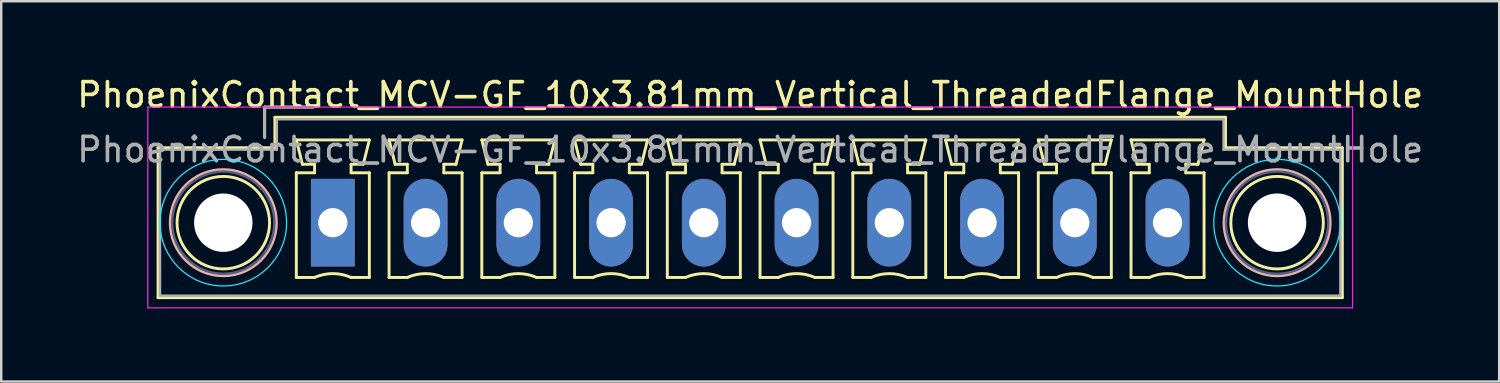
<source format=kicad_pcb>
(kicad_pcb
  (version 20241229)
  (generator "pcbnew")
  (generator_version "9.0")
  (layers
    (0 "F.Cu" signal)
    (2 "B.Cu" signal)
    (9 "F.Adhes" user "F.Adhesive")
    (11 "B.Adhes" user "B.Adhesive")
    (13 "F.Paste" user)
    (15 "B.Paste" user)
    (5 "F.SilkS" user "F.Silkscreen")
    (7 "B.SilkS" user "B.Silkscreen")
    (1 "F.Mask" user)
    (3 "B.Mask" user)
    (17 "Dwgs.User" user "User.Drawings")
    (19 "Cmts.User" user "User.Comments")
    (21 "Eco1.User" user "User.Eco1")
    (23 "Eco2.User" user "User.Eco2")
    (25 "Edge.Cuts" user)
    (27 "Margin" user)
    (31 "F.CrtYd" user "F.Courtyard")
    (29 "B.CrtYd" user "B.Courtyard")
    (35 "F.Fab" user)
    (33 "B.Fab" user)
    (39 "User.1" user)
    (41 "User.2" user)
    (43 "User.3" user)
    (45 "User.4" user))
  (footprint "PhoenixContact_MCV-GF_10x3.81mm_Vertical_ThreadedFlange_MountHole"
    (layer "F.Cu")
    (at 10.623 6.098)
    (property "Reference" "PhoenixContact_MCV-GF_10x3.81mm_Vertical_ThreadedFlange_MountHole" (at 17.145 -5.25 0) (layer "F.SilkS") (effects (font (size 1 1) (thickness 0.15))))
    (attr through_hole)
    (fp_line (start -7.18 -3.08) (end -7.18 3.08) (stroke (width 0.12) (type solid)) (layer "F.SilkS"))
    (fp_line (start -7.18 3.08) (end 41.47 3.08) (stroke (width 0.12) (type solid)) (layer "F.SilkS"))
    (fp_line (start -2.8 -4.75) (end -0.8 -4.75) (stroke (width 0.12) (type solid)) (layer "F.SilkS"))
    (fp_line (start -2.8 -3.5) (end -2.8 -4.75) (stroke (width 0.12) (type solid)) (layer "F.SilkS"))
    (fp_line (start -2.38 -4.33) (end -2.38 -3.08) (stroke (width 0.12) (type solid)) (layer "F.SilkS"))
    (fp_line (start -2.38 -3.08) (end -7.18 -3.08) (stroke (width 0.12) (type solid)) (layer "F.SilkS"))
    (fp_line (start -1.5 -3.4) (end 1.5 -3.4) (stroke (width 0.12) (type solid)) (layer "F.SilkS"))
    (fp_line (start -1.5 -2.05) (end -0.75 -2.05) (stroke (width 0.12) (type solid)) (layer "F.SilkS"))
    (fp_line (start -1.5 2.25) (end -1.5 -2.05) (stroke (width 0.12) (type solid)) (layer "F.SilkS"))
    (fp_line (start -1.25 -2.4) (end -1.5 -3.4) (stroke (width 0.12) (type solid)) (layer "F.SilkS"))
    (fp_line (start -0.75 -2.4) (end -1.25 -2.4) (stroke (width 0.12) (type solid)) (layer "F.SilkS"))
    (fp_line (start -0.75 -2.05) (end -0.75 -2.4) (stroke (width 0.12) (type solid)) (layer "F.SilkS"))
    (fp_line (start -0.75 2.25) (end -1.5 2.25) (stroke (width 0.12) (type solid)) (layer "F.SilkS"))
    (fp_line (start 0.75 -2.4) (end 0.75 -2.05) (stroke (width 0.12) (type solid)) (layer "F.SilkS"))
    (fp_line (start 0.75 -2.05) (end 1.5 -2.05) (stroke (width 0.12) (type solid)) (layer "F.SilkS"))
    (fp_line (start 1.25 -2.4) (end 0.75 -2.4) (stroke (width 0.12) (type solid)) (layer "F.SilkS"))
    (fp_line (start 1.5 -3.4) (end 1.25 -2.4) (stroke (width 0.12) (type solid)) (layer "F.SilkS"))
    (fp_line (start 1.5 -2.05) (end 1.5 2.25) (stroke (width 0.12) (type solid)) (layer "F.SilkS"))
    (fp_line (start 1.5 2.25) (end 0.75 2.25) (stroke (width 0.12) (type solid)) (layer "F.SilkS"))
    (fp_line (start 2.31 -3.4) (end 5.31 -3.4) (stroke (width 0.12) (type solid)) (layer "F.SilkS"))
    (fp_line (start 2.31 -2.05) (end 3.06 -2.05) (stroke (width 0.12) (type solid)) (layer "F.SilkS"))
    (fp_line (start 2.31 2.25) (end 2.31 -2.05) (stroke (width 0.12) (type solid)) (layer "F.SilkS"))
    (fp_line (start 2.56 -2.4) (end 2.31 -3.4) (stroke (width 0.12) (type solid)) (layer "F.SilkS"))
    (fp_line (start 3.06 -2.4) (end 2.56 -2.4) (stroke (width 0.12) (type solid)) (layer "F.SilkS"))
    (fp_line (start 3.06 -2.05) (end 3.06 -2.4) (stroke (width 0.12) (type solid)) (layer "F.SilkS"))
    (fp_line (start 3.06 2.25) (end 2.31 2.25) (stroke (width 0.12) (type solid)) (layer "F.SilkS"))
    (fp_line (start 4.56 -2.4) (end 4.56 -2.05) (stroke (width 0.12) (type solid)) (layer "F.SilkS"))
    (fp_line (start 4.56 -2.05) (end 5.31 -2.05) (stroke (width 0.12) (type solid)) (layer "F.SilkS"))
    (fp_line (start 5.06 -2.4) (end 4.56 -2.4) (stroke (width 0.12) (type solid)) (layer "F.SilkS"))
    (fp_line (start 5.31 -3.4) (end 5.06 -2.4) (stroke (width 0.12) (type solid)) (layer "F.SilkS"))
    (fp_line (start 5.31 -2.05) (end 5.31 2.25) (stroke (width 0.12) (type solid)) (layer "F.SilkS"))
    (fp_line (start 5.31 2.25) (end 4.56 2.25) (stroke (width 0.12) (type solid)) (layer "F.SilkS"))
    (fp_line (start 6.12 -3.4) (end 9.12 -3.4) (stroke (width 0.12) (type solid)) (layer "F.SilkS"))
    (fp_line (start 6.12 -2.05) (end 6.87 -2.05) (stroke (width 0.12) (type solid)) (layer "F.SilkS"))
    (fp_line (start 6.12 2.25) (end 6.12 -2.05) (stroke (width 0.12) (type solid)) (layer "F.SilkS"))
    (fp_line (start 6.37 -2.4) (end 6.12 -3.4) (stroke (width 0.12) (type solid)) (layer "F.SilkS"))
    (fp_line (start 6.87 -2.4) (end 6.37 -2.4) (stroke (width 0.12) (type solid)) (layer "F.SilkS"))
    (fp_line (start 6.87 -2.05) (end 6.87 -2.4) (stroke (width 0.12) (type solid)) (layer "F.SilkS"))
    (fp_line (start 6.87 2.25) (end 6.12 2.25) (stroke (width 0.12) (type solid)) (layer "F.SilkS"))
    (fp_line (start 8.37 -2.4) (end 8.37 -2.05) (stroke (width 0.12) (type solid)) (layer "F.SilkS"))
    (fp_line (start 8.37 -2.05) (end 9.12 -2.05) (stroke (width 0.12) (type solid)) (layer "F.SilkS"))
    (fp_line (start 8.87 -2.4) (end 8.37 -2.4) (stroke (width 0.12) (type solid)) (layer "F.SilkS"))
    (fp_line (start 9.12 -3.4) (end 8.87 -2.4) (stroke (width 0.12) (type solid)) (layer "F.SilkS"))
    (fp_line (start 9.12 -2.05) (end 9.12 2.25) (stroke (width 0.12) (type solid)) (layer "F.SilkS"))
    (fp_line (start 9.12 2.25) (end 8.37 2.25) (stroke (width 0.12) (type solid)) (layer "F.SilkS"))
    (fp_line (start 9.93 -3.4) (end 12.93 -3.4) (stroke (width 0.12) (type solid)) (layer "F.SilkS"))
    (fp_line (start 9.93 -2.05) (end 10.68 -2.05) (stroke (width 0.12) (type solid)) (layer "F.SilkS"))
    (fp_line (start 9.93 2.25) (end 9.93 -2.05) (stroke (width 0.12) (type solid)) (layer "F.SilkS"))
    (fp_line (start 10.18 -2.4) (end 9.93 -3.4) (stroke (width 0.12) (type solid)) (layer "F.SilkS"))
    (fp_line (start 10.68 -2.4) (end 10.18 -2.4) (stroke (width 0.12) (type solid)) (layer "F.SilkS"))
    (fp_line (start 10.68 -2.05) (end 10.68 -2.4) (stroke (width 0.12) (type solid)) (layer "F.SilkS"))
    (fp_line (start 10.68 2.25) (end 9.93 2.25) (stroke (width 0.12) (type solid)) (layer "F.SilkS"))
    (fp_line (start 12.18 -2.4) (end 12.18 -2.05) (stroke (width 0.12) (type solid)) (layer "F.SilkS"))
    (fp_line (start 12.18 -2.05) (end 12.93 -2.05) (stroke (width 0.12) (type solid)) (layer "F.SilkS"))
    (fp_line (start 12.68 -2.4) (end 12.18 -2.4) (stroke (width 0.12) (type solid)) (layer "F.SilkS"))
    (fp_line (start 12.93 -3.4) (end 12.68 -2.4) (stroke (width 0.12) (type solid)) (layer "F.SilkS"))
    (fp_line (start 12.93 -2.05) (end 12.93 2.25) (stroke (width 0.12) (type solid)) (layer "F.SilkS"))
    (fp_line (start 12.93 2.25) (end 12.18 2.25) (stroke (width 0.12) (type solid)) (layer "F.SilkS"))
    (fp_line (start 13.74 -3.4) (end 16.74 -3.4) (stroke (width 0.12) (type solid)) (layer "F.SilkS"))
    (fp_line (start 13.74 -2.05) (end 14.49 -2.05) (stroke (width 0.12) (type solid)) (layer "F.SilkS"))
    (fp_line (start 13.74 2.25) (end 13.74 -2.05) (stroke (width 0.12) (type solid)) (layer "F.SilkS"))
    (fp_line (start 13.99 -2.4) (end 13.74 -3.4) (stroke (width 0.12) (type solid)) (layer "F.SilkS"))
    (fp_line (start 14.49 -2.4) (end 13.99 -2.4) (stroke (width 0.12) (type solid)) (layer "F.SilkS"))
    (fp_line (start 14.49 -2.05) (end 14.49 -2.4) (stroke (width 0.12) (type solid)) (layer "F.SilkS"))
    (fp_line (start 14.49 2.25) (end 13.74 2.25) (stroke (width 0.12) (type solid)) (layer "F.SilkS"))
    (fp_line (start 15.99 -2.4) (end 15.99 -2.05) (stroke (width 0.12) (type solid)) (layer "F.SilkS"))
    (fp_line (start 15.99 -2.05) (end 16.74 -2.05) (stroke (width 0.12) (type solid)) (layer "F.SilkS"))
    (fp_line (start 16.49 -2.4) (end 15.99 -2.4) (stroke (width 0.12) (type solid)) (layer "F.SilkS"))
    (fp_line (start 16.74 -3.4) (end 16.49 -2.4) (stroke (width 0.12) (type solid)) (layer "F.SilkS"))
    (fp_line (start 16.74 -2.05) (end 16.74 2.25) (stroke (width 0.12) (type solid)) (layer "F.SilkS"))
    (fp_line (start 16.74 2.25) (end 15.99 2.25) (stroke (width 0.12) (type solid)) (layer "F.SilkS"))
    (fp_line (start 17.55 -3.4) (end 20.55 -3.4) (stroke (width 0.12) (type solid)) (layer "F.SilkS"))
    (fp_line (start 17.55 -2.05) (end 18.3 -2.05) (stroke (width 0.12) (type solid)) (layer "F.SilkS"))
    (fp_line (start 17.55 2.25) (end 17.55 -2.05) (stroke (width 0.12) (type solid)) (layer "F.SilkS"))
    (fp_line (start 17.8 -2.4) (end 17.55 -3.4) (stroke (width 0.12) (type solid)) (layer "F.SilkS"))
    (fp_line (start 18.3 -2.4) (end 17.8 -2.4) (stroke (width 0.12) (type solid)) (layer "F.SilkS"))
    (fp_line (start 18.3 -2.05) (end 18.3 -2.4) (stroke (width 0.12) (type solid)) (layer "F.SilkS"))
    (fp_line (start 18.3 2.25) (end 17.55 2.25) (stroke (width 0.12) (type solid)) (layer "F.SilkS"))
    (fp_line (start 19.8 -2.4) (end 19.8 -2.05) (stroke (width 0.12) (type solid)) (layer "F.SilkS"))
    (fp_line (start 19.8 -2.05) (end 20.55 -2.05) (stroke (width 0.12) (type solid)) (layer "F.SilkS"))
    (fp_line (start 20.3 -2.4) (end 19.8 -2.4) (stroke (width 0.12) (type solid)) (layer "F.SilkS"))
    (fp_line (start 20.55 -3.4) (end 20.3 -2.4) (stroke (width 0.12) (type solid)) (layer "F.SilkS"))
    (fp_line (start 20.55 -2.05) (end 20.55 2.25) (stroke (width 0.12) (type solid)) (layer "F.SilkS"))
    (fp_line (start 20.55 2.25) (end 19.8 2.25) (stroke (width 0.12) (type solid)) (layer "F.SilkS"))
    (fp_line (start 21.36 -3.4) (end 24.36 -3.4) (stroke (width 0.12) (type solid)) (layer "F.SilkS"))
    (fp_line (start 21.36 -2.05) (end 22.11 -2.05) (stroke (width 0.12) (type solid)) (layer "F.SilkS"))
    (fp_line (start 21.36 2.25) (end 21.36 -2.05) (stroke (width 0.12) (type solid)) (layer "F.SilkS"))
    (fp_line (start 21.61 -2.4) (end 21.36 -3.4) (stroke (width 0.12) (type solid)) (layer "F.SilkS"))
    (fp_line (start 22.11 -2.4) (end 21.61 -2.4) (stroke (width 0.12) (type solid)) (layer "F.SilkS"))
    (fp_line (start 22.11 -2.05) (end 22.11 -2.4) (stroke (width 0.12) (type solid)) (layer "F.SilkS"))
    (fp_line (start 22.11 2.25) (end 21.36 2.25) (stroke (width 0.12) (type solid)) (layer "F.SilkS"))
    (fp_line (start 23.61 -2.4) (end 23.61 -2.05) (stroke (width 0.12) (type solid)) (layer "F.SilkS"))
    (fp_line (start 23.61 -2.05) (end 24.36 -2.05) (stroke (width 0.12) (type solid)) (layer "F.SilkS"))
    (fp_line (start 24.11 -2.4) (end 23.61 -2.4) (stroke (width 0.12) (type solid)) (layer "F.SilkS"))
    (fp_line (start 24.36 -3.4) (end 24.11 -2.4) (stroke (width 0.12) (type solid)) (layer "F.SilkS"))
    (fp_line (start 24.36 -2.05) (end 24.36 2.25) (stroke (width 0.12) (type solid)) (layer "F.SilkS"))
    (fp_line (start 24.36 2.25) (end 23.61 2.25) (stroke (width 0.12) (type solid)) (layer "F.SilkS"))
    (fp_line (start 25.17 -3.4) (end 28.17 -3.4) (stroke (width 0.12) (type solid)) (layer "F.SilkS"))
    (fp_line (start 25.17 -2.05) (end 25.92 -2.05) (stroke (width 0.12) (type solid)) (layer "F.SilkS"))
    (fp_line (start 25.17 2.25) (end 25.17 -2.05) (stroke (width 0.12) (type solid)) (layer "F.SilkS"))
    (fp_line (start 25.42 -2.4) (end 25.17 -3.4) (stroke (width 0.12) (type solid)) (layer "F.SilkS"))
    (fp_line (start 25.92 -2.4) (end 25.42 -2.4) (stroke (width 0.12) (type solid)) (layer "F.SilkS"))
    (fp_line (start 25.92 -2.05) (end 25.92 -2.4) (stroke (width 0.12) (type solid)) (layer "F.SilkS"))
    (fp_line (start 25.92 2.25) (end 25.17 2.25) (stroke (width 0.12) (type solid)) (layer "F.SilkS"))
    (fp_line (start 27.42 -2.4) (end 27.42 -2.05) (stroke (width 0.12) (type solid)) (layer "F.SilkS"))
    (fp_line (start 27.42 -2.05) (end 28.17 -2.05) (stroke (width 0.12) (type solid)) (layer "F.SilkS"))
    (fp_line (start 27.92 -2.4) (end 27.42 -2.4) (stroke (width 0.12) (type solid)) (layer "F.SilkS"))
    (fp_line (start 28.17 -3.4) (end 27.92 -2.4) (stroke (width 0.12) (type solid)) (layer "F.SilkS"))
    (fp_line (start 28.17 -2.05) (end 28.17 2.25) (stroke (width 0.12) (type solid)) (layer "F.SilkS"))
    (fp_line (start 28.17 2.25) (end 27.42 2.25) (stroke (width 0.12) (type solid)) (layer "F.SilkS"))
    (fp_line (start 28.98 -3.4) (end 31.98 -3.4) (stroke (width 0.12) (type solid)) (layer "F.SilkS"))
    (fp_line (start 28.98 -2.05) (end 29.73 -2.05) (stroke (width 0.12) (type solid)) (layer "F.SilkS"))
    (fp_line (start 28.98 2.25) (end 28.98 -2.05) (stroke (width 0.12) (type solid)) (layer "F.SilkS"))
    (fp_line (start 29.23 -2.4) (end 28.98 -3.4) (stroke (width 0.12) (type solid)) (layer "F.SilkS"))
    (fp_line (start 29.73 -2.4) (end 29.23 -2.4) (stroke (width 0.12) (type solid)) (layer "F.SilkS"))
    (fp_line (start 29.73 -2.05) (end 29.73 -2.4) (stroke (width 0.12) (type solid)) (layer "F.SilkS"))
    (fp_line (start 29.73 2.25) (end 28.98 2.25) (stroke (width 0.12) (type solid)) (layer "F.SilkS"))
    (fp_line (start 31.23 -2.4) (end 31.23 -2.05) (stroke (width 0.12) (type solid)) (layer "F.SilkS"))
    (fp_line (start 31.23 -2.05) (end 31.98 -2.05) (stroke (width 0.12) (type solid)) (layer "F.SilkS"))
    (fp_line (start 31.73 -2.4) (end 31.23 -2.4) (stroke (width 0.12) (type solid)) (layer "F.SilkS"))
    (fp_line (start 31.98 -3.4) (end 31.73 -2.4) (stroke (width 0.12) (type solid)) (layer "F.SilkS"))
    (fp_line (start 31.98 -2.05) (end 31.98 2.25) (stroke (width 0.12) (type solid)) (layer "F.SilkS"))
    (fp_line (start 31.98 2.25) (end 31.23 2.25) (stroke (width 0.12) (type solid)) (layer "F.SilkS"))
    (fp_line (start 32.79 -3.4) (end 35.79 -3.4) (stroke (width 0.12) (type solid)) (layer "F.SilkS"))
    (fp_line (start 32.79 -2.05) (end 33.54 -2.05) (stroke (width 0.12) (type solid)) (layer "F.SilkS"))
    (fp_line (start 32.79 2.25) (end 32.79 -2.05) (stroke (width 0.12) (type solid)) (layer "F.SilkS"))
    (fp_line (start 33.04 -2.4) (end 32.79 -3.4) (stroke (width 0.12) (type solid)) (layer "F.SilkS"))
    (fp_line (start 33.54 -2.4) (end 33.04 -2.4) (stroke (width 0.12) (type solid)) (layer "F.SilkS"))
    (fp_line (start 33.54 -2.05) (end 33.54 -2.4) (stroke (width 0.12) (type solid)) (layer "F.SilkS"))
    (fp_line (start 33.54 2.25) (end 32.79 2.25) (stroke (width 0.12) (type solid)) (layer "F.SilkS"))
    (fp_line (start 35.04 -2.4) (end 35.04 -2.05) (stroke (width 0.12) (type solid)) (layer "F.SilkS"))
    (fp_line (start 35.04 -2.05) (end 35.79 -2.05) (stroke (width 0.12) (type solid)) (layer "F.SilkS"))
    (fp_line (start 35.54 -2.4) (end 35.04 -2.4) (stroke (width 0.12) (type solid)) (layer "F.SilkS"))
    (fp_line (start 35.79 -3.4) (end 35.54 -2.4) (stroke (width 0.12) (type solid)) (layer "F.SilkS"))
    (fp_line (start 35.79 -2.05) (end 35.79 2.25) (stroke (width 0.12) (type solid)) (layer "F.SilkS"))
    (fp_line (start 35.79 2.25) (end 35.04 2.25) (stroke (width 0.12) (type solid)) (layer "F.SilkS"))
    (fp_line (start 36.67 -4.33) (end -2.38 -4.33) (stroke (width 0.12) (type solid)) (layer "F.SilkS"))
    (fp_line (start 36.67 -3.08) (end 36.67 -4.33) (stroke (width 0.12) (type solid)) (layer "F.SilkS"))
    (fp_line (start 41.47 -3.08) (end 36.67 -3.08) (stroke (width 0.12) (type solid)) (layer "F.SilkS"))
    (fp_line (start 41.47 3.08) (end 41.47 -3.08) (stroke (width 0.12) (type solid)) (layer "F.SilkS"))
    (fp_arc (start -0.75 2.25) (mid -0.000193 2.09191) (end 0.749647 2.249844) (stroke (width 0.12) (type solid)) (layer "F.SilkS"))
    (fp_arc (start 3.06 2.25) (mid 3.809807 2.09191) (end 4.559647 2.249844) (stroke (width 0.12) (type solid)) (layer "F.SilkS"))
    (fp_arc (start 6.87 2.25) (mid 7.619807 2.09191) (end 8.369647 2.249844) (stroke (width 0.12) (type solid)) (layer "F.SilkS"))
    (fp_arc (start 10.68 2.25) (mid 11.429807 2.09191) (end 12.179647 2.249844) (stroke (width 0.12) (type solid)) (layer "F.SilkS"))
    (fp_arc (start 14.49 2.25) (mid 15.239807 2.09191) (end 15.989647 2.249844) (stroke (width 0.12) (type solid)) (layer "F.SilkS"))
    (fp_arc (start 18.3 2.25) (mid 19.049807 2.09191) (end 19.799647 2.249844) (stroke (width 0.12) (type solid)) (layer "F.SilkS"))
    (fp_arc (start 22.11 2.25) (mid 22.859807 2.09191) (end 23.609647 2.249844) (stroke (width 0.12) (type solid)) (layer "F.SilkS"))
    (fp_arc (start 25.92 2.25) (mid 26.669807 2.09191) (end 27.419647 2.249844) (stroke (width 0.12) (type solid)) (layer "F.SilkS"))
    (fp_arc (start 29.73 2.25) (mid 30.479807 2.09191) (end 31.229647 2.249844) (stroke (width 0.12) (type solid)) (layer "F.SilkS"))
    (fp_arc (start 33.54 2.25) (mid 34.289807 2.09191) (end 35.039647 2.249844) (stroke (width 0.12) (type solid)) (layer "F.SilkS"))
    (fp_circle (center -4.5 0) (end -2.6 0) (stroke (width 0.12) (type solid)) (fill no) (layer "F.SilkS"))
    (fp_circle (center 38.79 0) (end 40.69 0) (stroke (width 0.12) (type solid)) (fill no) (layer "F.SilkS"))
    (fp_circle (center -4.5 0) (end -2.32 0) (stroke (width 0.12) (type solid)) (fill no) (layer "B.SilkS"))
    (fp_circle (center 38.79 0) (end 40.97 0) (stroke (width 0.12) (type solid)) (fill no) (layer "B.SilkS"))
    (fp_circle (center -4.5 0) (end -1.9 0) (stroke (width 0.05) (type solid)) (fill no) (layer "B.CrtYd"))
    (fp_circle (center 38.79 0) (end 41.39 0) (stroke (width 0.05) (type solid)) (fill no) (layer "B.CrtYd"))
    (fp_line (start -7.6 -4.75) (end -7.6 3.5) (stroke (width 0.05) (type solid)) (layer "F.CrtYd"))
    (fp_line (start -7.6 3.5) (end 41.89 3.5) (stroke (width 0.05) (type solid)) (layer "F.CrtYd"))
    (fp_line (start 41.89 -4.75) (end -7.6 -4.75) (stroke (width 0.05) (type solid)) (layer "F.CrtYd"))
    (fp_line (start 41.89 3.5) (end 41.89 -4.75) (stroke (width 0.05) (type solid)) (layer "F.CrtYd"))
    (fp_circle (center -4.5 0) (end -2.4 0) (stroke (width 0.1) (type solid)) (fill no) (layer "B.Fab"))
    (fp_circle (center 38.79 0) (end 40.89 0) (stroke (width 0.1) (type solid)) (fill no) (layer "B.Fab"))
    (fp_line (start -7.1 -3) (end -7.1 3) (stroke (width 0.1) (type solid)) (layer "F.Fab"))
    (fp_line (start -7.1 3) (end 41.39 3) (stroke (width 0.1) (type solid)) (layer "F.Fab"))
    (fp_line (start -2.8 -4.75) (end -0.8 -4.75) (stroke (width 0.1) (type solid)) (layer "F.Fab"))
    (fp_line (start -2.8 -3.5) (end -2.8 -4.75) (stroke (width 0.1) (type solid)) (layer "F.Fab"))
    (fp_line (start -2.3 -4.25) (end -2.3 -3) (stroke (width 0.1) (type solid)) (layer "F.Fab"))
    (fp_line (start -2.3 -3) (end -7.1 -3) (stroke (width 0.1) (type solid)) (layer "F.Fab"))
    (fp_line (start 36.59 -4.25) (end -2.3 -4.25) (stroke (width 0.1) (type solid)) (layer "F.Fab"))
    (fp_line (start 36.59 -3) (end 36.59 -4.25) (stroke (width 0.1) (type solid)) (layer "F.Fab"))
    (fp_line (start 41.39 -3) (end 36.59 -3) (stroke (width 0.1) (type solid)) (layer "F.Fab"))
    (fp_line (start 41.39 3) (end 41.39 -3) (stroke (width 0.1) (type solid)) (layer "F.Fab"))
    (fp_text user "${REFERENCE}" (at 17.145 -3 0) (layer "F.Fab") (effects (font (size 1 1) (thickness 0.15))))
    (pad "" np_thru_hole circle (at -4.5 0) (size 2.4 2.4) (drill 2.4) (layers "*.Cu" "*.Mask"))
    (pad "" np_thru_hole circle (at 38.79 0) (size 2.4 2.4) (drill 2.4) (layers "*.Cu" "*.Mask"))
    (pad "1" thru_hole rect (at 0 0) (size 1.8 3.6) (drill 1.2) (layers "*.Cu" "*.Mask"))
    (pad "2" thru_hole oval (at 3.81 0) (size 1.8 3.6) (drill 1.2) (layers "*.Cu" "*.Mask"))
    (pad "3" thru_hole oval (at 7.62 0) (size 1.8 3.6) (drill 1.2) (layers "*.Cu" "*.Mask"))
    (pad "4" thru_hole oval (at 11.43 0) (size 1.8 3.6) (drill 1.2) (layers "*.Cu" "*.Mask"))
    (pad "5" thru_hole oval (at 15.24 0) (size 1.8 3.6) (drill 1.2) (layers "*.Cu" "*.Mask"))
    (pad "6" thru_hole oval (at 19.05 0) (size 1.8 3.6) (drill 1.2) (layers "*.Cu" "*.Mask"))
    (pad "7" thru_hole oval (at 22.86 0) (size 1.8 3.6) (drill 1.2) (layers "*.Cu" "*.Mask"))
    (pad "8" thru_hole oval (at 26.67 0) (size 1.8 3.6) (drill 1.2) (layers "*.Cu" "*.Mask"))
    (pad "9" thru_hole oval (at 30.48 0) (size 1.8 3.6) (drill 1.2) (layers "*.Cu" "*.Mask"))
    (pad "10" thru_hole oval (at 34.29 0) (size 1.8 3.6) (drill 1.2) (layers "*.Cu" "*.Mask")))
  (gr_rect
    (start -3 -3)
    (end 58.536 12.623)
    (stroke (width 0.1) (type default))
    (fill no)
    (layer "Edge.Cuts")))
</source>
